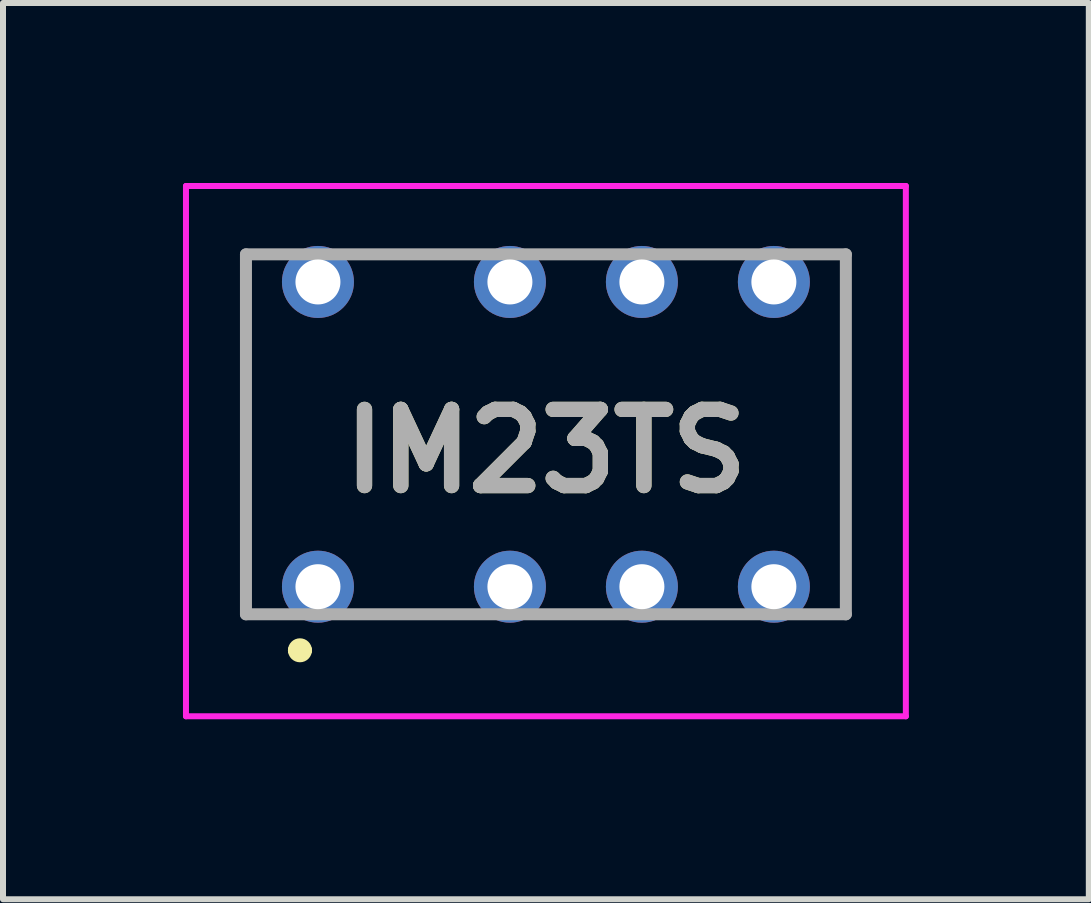
<source format=kicad_pcb>
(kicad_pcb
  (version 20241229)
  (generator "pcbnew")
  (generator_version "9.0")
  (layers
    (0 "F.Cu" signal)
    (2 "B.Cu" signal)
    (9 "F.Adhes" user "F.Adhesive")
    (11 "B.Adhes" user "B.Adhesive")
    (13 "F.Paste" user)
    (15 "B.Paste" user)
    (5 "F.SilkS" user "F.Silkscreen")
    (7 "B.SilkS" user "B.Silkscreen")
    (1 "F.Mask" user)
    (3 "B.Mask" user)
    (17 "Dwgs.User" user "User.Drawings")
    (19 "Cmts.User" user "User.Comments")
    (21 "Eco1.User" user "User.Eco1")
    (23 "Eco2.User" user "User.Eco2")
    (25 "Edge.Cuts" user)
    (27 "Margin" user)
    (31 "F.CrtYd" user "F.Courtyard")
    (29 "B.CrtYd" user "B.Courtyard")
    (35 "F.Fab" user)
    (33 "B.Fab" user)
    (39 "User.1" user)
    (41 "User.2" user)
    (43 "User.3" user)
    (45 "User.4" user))
  (footprint "IM23TS"
    (layer "F.Cu")
    (at 6.05 4.47)
    (property "Reference" "IM23TS" (at 0 0 0) (layer "F.SilkS") (effects (font (size 1.27 1.27) (thickness 0.254))))
    (attr through_hole)
    (fp_line (start -5 -3.28) (end -5 2.72) (stroke (width 0.1) (type solid)) (layer "F.SilkS"))
    (fp_line (start -4.2 3.32) (end -4.2 3.32) (stroke (width 0.2) (type solid)) (layer "F.SilkS"))
    (fp_line (start -4 3.32) (end -4 3.32) (stroke (width 0.2) (type solid)) (layer "F.SilkS"))
    (fp_line (start -3.2 -3.28) (end -1.2 -3.28) (stroke (width 0.1) (type solid)) (layer "F.SilkS"))
    (fp_line (start -3.2 2.72) (end -1.2 2.72) (stroke (width 0.1) (type solid)) (layer "F.SilkS"))
    (fp_line (start 5 -3.28) (end 5 2.72) (stroke (width 0.1) (type solid)) (layer "F.SilkS"))
    (fp_arc (start -4.2 3.32) (mid -4.1 3.22) (end -4 3.32) (stroke (width 0.2) (type solid)) (layer "F.SilkS"))
    (fp_arc (start -4 3.32) (mid -4.1 3.42) (end -4.2 3.32) (stroke (width 0.2) (type solid)) (layer "F.SilkS"))
    (fp_line (start -6 -4.42) (end 6 -4.42) (stroke (width 0.1) (type solid)) (layer "F.CrtYd"))
    (fp_line (start -6 4.42) (end -6 -4.42) (stroke (width 0.1) (type solid)) (layer "F.CrtYd"))
    (fp_line (start 6 -4.42) (end 6 4.42) (stroke (width 0.1) (type solid)) (layer "F.CrtYd"))
    (fp_line (start 6 4.42) (end -6 4.42) (stroke (width 0.1) (type solid)) (layer "F.CrtYd"))
    (fp_line (start -5 -3.28) (end 5 -3.28) (stroke (width 0.2) (type solid)) (layer "F.Fab"))
    (fp_line (start -5 2.72) (end -5 -3.28) (stroke (width 0.2) (type solid)) (layer "F.Fab"))
    (fp_line (start 5 -3.28) (end 5 2.72) (stroke (width 0.2) (type solid)) (layer "F.Fab"))
    (fp_line (start 5 2.72) (end -5 2.72) (stroke (width 0.2) (type solid)) (layer "F.Fab"))
    (fp_text user "${REFERENCE}" (at 0 0 0) (layer "F.Fab") (effects (font (size 1.27 1.27) (thickness 0.254))))
    (pad "1" thru_hole circle (at -3.8 2.26) (size 1.2 1.2) (drill 0.75) (layers "*.Cu" "*.Mask"))
    (pad "2" thru_hole circle (at -0.6 2.26) (size 1.2 1.2) (drill 0.75) (layers "*.Cu" "*.Mask"))
    (pad "3" thru_hole circle (at 1.6 2.26) (size 1.2 1.2) (drill 0.75) (layers "*.Cu" "*.Mask"))
    (pad "4" thru_hole circle (at 3.8 2.26) (size 1.2 1.2) (drill 0.75) (layers "*.Cu" "*.Mask"))
    (pad "5" thru_hole circle (at 3.8 -2.82) (size 1.2 1.2) (drill 0.75) (layers "*.Cu" "*.Mask"))
    (pad "6" thru_hole circle (at 1.6 -2.82) (size 1.2 1.2) (drill 0.75) (layers "*.Cu" "*.Mask"))
    (pad "7" thru_hole circle (at -0.6 -2.82) (size 1.2 1.2) (drill 0.75) (layers "*.Cu" "*.Mask"))
    (pad "8" thru_hole circle (at -3.8 -2.82) (size 1.2 1.2) (drill 0.75) (layers "*.Cu" "*.Mask")))
  (gr_rect
    (start -3 -3)
    (end 15.1 11.94)
    (stroke (width 0.1) (type default))
    (fill no)
    (layer "Edge.Cuts")))
</source>
